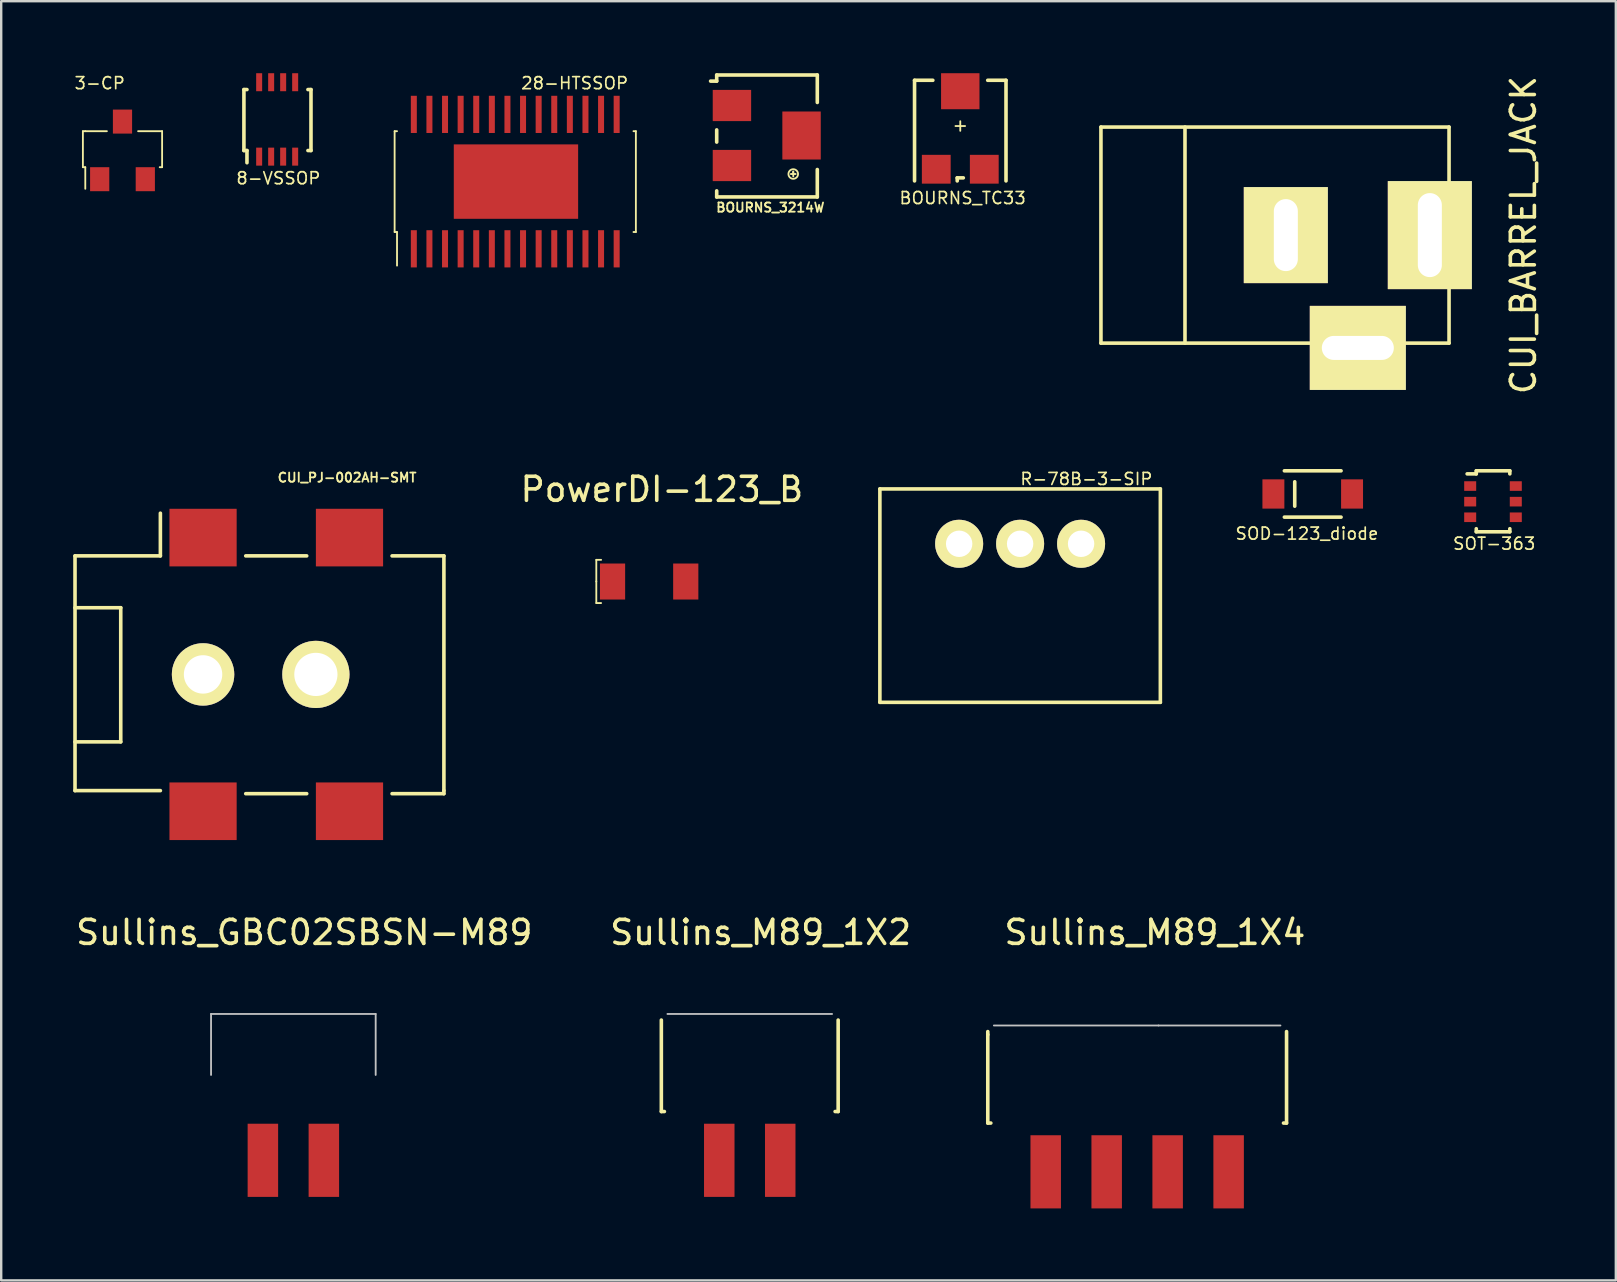
<source format=kicad_pcb>
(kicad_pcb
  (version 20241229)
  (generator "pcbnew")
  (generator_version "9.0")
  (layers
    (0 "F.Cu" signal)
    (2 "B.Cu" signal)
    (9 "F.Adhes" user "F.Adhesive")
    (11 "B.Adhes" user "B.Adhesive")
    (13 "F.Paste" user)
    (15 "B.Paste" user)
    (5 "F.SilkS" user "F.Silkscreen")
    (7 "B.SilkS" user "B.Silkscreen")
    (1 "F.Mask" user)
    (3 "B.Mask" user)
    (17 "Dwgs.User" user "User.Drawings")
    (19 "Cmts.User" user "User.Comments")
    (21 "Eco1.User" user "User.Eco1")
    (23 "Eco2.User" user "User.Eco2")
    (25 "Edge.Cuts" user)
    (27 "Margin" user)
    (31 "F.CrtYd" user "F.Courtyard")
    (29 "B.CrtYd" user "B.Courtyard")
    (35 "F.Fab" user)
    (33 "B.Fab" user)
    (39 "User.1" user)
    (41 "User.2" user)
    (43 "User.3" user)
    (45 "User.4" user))
  (footprint "Sullins_M89_1X4"
    (layer "F.Cu")
    (at 40.512 45.766)
    (property "Reference" "Sullins_M89_1X4" (at 4.549 -9.973 0) (layer "F.SilkS") (effects (font (size 1 1) (thickness 0.15))))
    (attr through_hole)
    (fp_line (start -2.413 -5.715) (end -2.413 -5.842) (stroke (width 0.15) (type solid)) (layer "F.SilkS"))
    (fp_line (start -2.413 -5.715) (end -2.413 -2.032) (stroke (width 0.15) (type solid)) (layer "F.SilkS"))
    (fp_line (start -2.413 -2.032) (end -2.286 -2.032) (stroke (width 0.15) (type solid)) (layer "F.SilkS"))
    (fp_line (start 10.033 -5.842) (end 10.033 -2.032) (stroke (width 0.15) (type solid)) (layer "F.SilkS"))
    (fp_line (start 10.033 -2.032) (end 9.906 -2.032) (stroke (width 0.15) (type solid)) (layer "F.SilkS"))
    (fp_line (start -2.159 -6.096) (end 4.699 -6.096) (stroke (width 0.076) (type solid)) (layer "Dwgs.User"))
    (fp_line (start 4.699 -6.096) (end 9.779 -6.096) (stroke (width 0.076) (type solid)) (layer "Dwgs.User"))
    (pad "1" smd rect (at 0 0) (size 1.27 3.048) (layers "F.Cu" "F.Mask" "F.Paste"))
    (pad "2" smd rect (at 2.54 0) (size 1.27 3.048) (layers "F.Cu" "F.Mask" "F.Paste"))
    (pad "3" smd rect (at 5.08 0) (size 1.27 3.048) (layers "F.Cu" "F.Mask" "F.Paste"))
    (pad "4" smd rect (at 7.62 0) (size 1.27 3.048) (layers "F.Cu" "F.Mask" "F.Paste")))
  (footprint "CUI_BARREL_JACK"
    (layer "F.Cu")
    (at 50.314 6.744)
    (property "Reference" "CUI_BARREL_JACK" (at 10.099 0 90) (layer "F.SilkS") (effects (font (size 1 1) (thickness 0.15))))
    (attr through_hole)
    (fp_line (start -7.501 -4.501) (end -7.501 4.501) (stroke (width 0.15) (type solid)) (layer "F.SilkS"))
    (fp_line (start -7.501 4.501) (end 7 4.501) (stroke (width 0.15) (type solid)) (layer "F.SilkS"))
    (fp_line (start -4 -4.501) (end -4 4.501) (stroke (width 0.15) (type solid)) (layer "F.SilkS"))
    (fp_line (start 7 -4.501) (end -7.501 -4.501) (stroke (width 0.15) (type solid)) (layer "F.SilkS"))
    (fp_line (start 7 4.501) (end 7 -4.501) (stroke (width 0.15) (type solid)) (layer "F.SilkS"))
    (pad "1" thru_hole rect (at 6.2 0) (size 3.5 4.5) (drill oval 1.001 3.5) (layers "*.Cu" "*.Mask" "F.SilkS"))
    (pad "2" thru_hole rect (at 0.201 0) (size 3.5 4) (drill oval 1 3) (layers "*.Cu" "*.Mask" "F.SilkS"))
    (pad "3" thru_hole rect (at 3.2 4.699) (size 4 3.5) (drill oval 3 1) (layers "*.Cu" "*.Mask" "F.SilkS")))
  (footprint "28-HTSSOP"
    (layer "F.Cu")
    (at 14.189 7.315)
    (property "Reference" "28-HTSSOP" (at 6.7 -6.9 0) (layer "F.SilkS") (effects (font (size 0.5 0.5) (thickness 0.07))))
    (attr through_hole)
    (fp_line (start -0.8 -4.9) (end -0.7 -4.9) (stroke (width 0.076) (type solid)) (layer "F.SilkS"))
    (fp_line (start -0.8 -0.7) (end -0.8 -4.9) (stroke (width 0.076) (type solid)) (layer "F.SilkS"))
    (fp_line (start -0.7 -0.7) (end -0.8 -0.7) (stroke (width 0.076) (type solid)) (layer "F.SilkS"))
    (fp_line (start -0.7 0.7) (end -0.7 -0.7) (stroke (width 0.076) (type solid)) (layer "F.SilkS"))
    (fp_line (start 9.15 -0.7) (end 9.25 -0.7) (stroke (width 0.076) (type solid)) (layer "F.SilkS"))
    (fp_line (start 9.25 -4.9) (end 9.15 -4.9) (stroke (width 0.076) (type solid)) (layer "F.SilkS"))
    (fp_line (start 9.25 -0.7) (end 9.25 -4.9) (stroke (width 0.076) (type solid)) (layer "F.SilkS"))
    (pad "1" smd rect (at 0 0) (size 0.25 1.55) (layers "F.Cu" "F.Mask" "F.Paste"))
    (pad "2" smd rect (at 0.65 0) (size 0.25 1.55) (layers "F.Cu" "F.Mask" "F.Paste"))
    (pad "3" smd rect (at 1.3 0) (size 0.25 1.55) (layers "F.Cu" "F.Mask" "F.Paste"))
    (pad "4" smd rect (at 1.95 0) (size 0.25 1.55) (layers "F.Cu" "F.Mask" "F.Paste"))
    (pad "5" smd rect (at 2.6 0) (size 0.25 1.55) (layers "F.Cu" "F.Mask" "F.Paste"))
    (pad "6" smd rect (at 3.25 0) (size 0.25 1.55) (layers "F.Cu" "F.Mask" "F.Paste"))
    (pad "7" smd rect (at 3.9 0) (size 0.25 1.55) (layers "F.Cu" "F.Mask" "F.Paste"))
    (pad "8" smd rect (at 4.55 0) (size 0.25 1.55) (layers "F.Cu" "F.Mask" "F.Paste"))
    (pad "9" smd rect (at 5.2 0) (size 0.25 1.55) (layers "F.Cu" "F.Mask" "F.Paste"))
    (pad "10" smd rect (at 5.85 0) (size 0.25 1.55) (layers "F.Cu" "F.Mask" "F.Paste"))
    (pad "11" smd rect (at 6.5 0) (size 0.25 1.55) (layers "F.Cu" "F.Mask" "F.Paste"))
    (pad "12" smd rect (at 7.15 0) (size 0.25 1.55) (layers "F.Cu" "F.Mask" "F.Paste"))
    (pad "13" smd rect (at 7.8 0) (size 0.25 1.55) (layers "F.Cu" "F.Mask" "F.Paste"))
    (pad "14" smd rect (at 8.45 0) (size 0.25 1.55) (layers "F.Cu" "F.Mask" "F.Paste"))
    (pad "15" smd rect (at 8.45 -5.6) (size 0.25 1.55) (layers "F.Cu" "F.Mask" "F.Paste"))
    (pad "16" smd rect (at 7.8 -5.6) (size 0.25 1.55) (layers "F.Cu" "F.Mask" "F.Paste"))
    (pad "17" smd rect (at 7.15 -5.6) (size 0.25 1.55) (layers "F.Cu" "F.Mask" "F.Paste"))
    (pad "18" smd rect (at 6.5 -5.6) (size 0.25 1.55) (layers "F.Cu" "F.Mask" "F.Paste"))
    (pad "19" smd rect (at 5.85 -5.6) (size 0.25 1.55) (layers "F.Cu" "F.Mask" "F.Paste"))
    (pad "20" smd rect (at 5.2 -5.6) (size 0.25 1.55) (layers "F.Cu" "F.Mask" "F.Paste"))
    (pad "21" smd rect (at 4.55 -5.6) (size 0.25 1.55) (layers "F.Cu" "F.Mask" "F.Paste"))
    (pad "22" smd rect (at 3.9 -5.6) (size 0.25 1.55) (layers "F.Cu" "F.Mask" "F.Paste"))
    (pad "23" smd rect (at 3.25 -5.6) (size 0.25 1.55) (layers "F.Cu" "F.Mask" "F.Paste"))
    (pad "24" smd rect (at 2.6 -5.6) (size 0.25 1.55) (layers "F.Cu" "F.Mask" "F.Paste"))
    (pad "25" smd rect (at 1.95 -5.6) (size 0.25 1.55) (layers "F.Cu" "F.Mask" "F.Paste"))
    (pad "26" smd rect (at 1.3 -5.6) (size 0.25 1.55) (layers "F.Cu" "F.Mask" "F.Paste"))
    (pad "27" smd rect (at 0.65 -5.6) (size 0.25 1.55) (layers "F.Cu" "F.Mask" "F.Paste"))
    (pad "28" smd rect (at 0 -5.6) (size 0.25 1.55) (layers "F.Cu" "F.Mask" "F.Paste"))
    (pad "29" smd rect (at 4.255 -2.8) (size 5.18 3.1) (layers "F.Cu" "F.Mask" "F.Paste")))
  (footprint "BOURNS_3214W"
    (layer "F.Cu")
    (at 27.441 1.345)
    (property "Reference" "BOURNS_3214W" (at 1.6 4.25 0) (layer "F.SilkS") (effects (font (size 0.381 0.381) (thickness 0.076))))
    (attr through_hole)
    (fp_line (start -0.635 -1.27) (end -0.635 -1.016) (stroke (width 0.15) (type solid)) (layer "F.SilkS"))
    (fp_line (start -0.635 -1.016) (end -0.889 -1.016) (stroke (width 0.15) (type solid)) (layer "F.SilkS"))
    (fp_line (start -0.635 1.524) (end -0.635 1.016) (stroke (width 0.15) (type solid)) (layer "F.SilkS"))
    (fp_line (start -0.635 3.81) (end -0.635 3.556) (stroke (width 0.15) (type solid)) (layer "F.SilkS"))
    (fp_line (start -0.635 3.81) (end 3.556 3.81) (stroke (width 0.15) (type solid)) (layer "F.SilkS"))
    (fp_line (start 2.454 2.854) (end 2.654 2.854) (stroke (width 0.076) (type solid)) (layer "F.SilkS"))
    (fp_line (start 2.554 2.754) (end 2.554 2.954) (stroke (width 0.076) (type solid)) (layer "F.SilkS"))
    (fp_line (start 2.554 2.854) (end 2.554 2.754) (stroke (width 0.076) (type solid)) (layer "F.SilkS"))
    (fp_line (start 3.556 -1.27) (end -0.635 -1.27) (stroke (width 0.15) (type solid)) (layer "F.SilkS"))
    (fp_line (start 3.556 -1.27) (end 3.556 -0.127) (stroke (width 0.15) (type solid)) (layer "F.SilkS"))
    (fp_line (start 3.556 3.81) (end 3.556 2.667) (stroke (width 0.15) (type solid)) (layer "F.SilkS"))
    (fp_circle (center 2.554 2.854) (end 2.354 2.854) (stroke (width 0.076) (type solid)) (fill no) (layer "F.SilkS"))
    (pad "1" smd rect (at 0 0 180) (size 1.6 1.3) (layers "F.Cu" "F.Mask" "F.Paste"))
    (pad "2" smd rect (at 2.9 1.25 180) (size 1.6 2) (layers "F.Cu" "F.Mask" "F.Paste"))
    (pad "3" smd rect (at 0 2.5 180) (size 1.6 1.3) (layers "F.Cu" "F.Mask" "F.Paste")))
  (footprint "CUI_PJ-002AH-SMT"
    (layer "F.Cu")
    (at 5.409 19.345)
    (property "Reference" "CUI_PJ-002AH-SMT" (at 6 -2.5 0) (layer "F.SilkS") (effects (font (size 0.381 0.381) (thickness 0.076))))
    (attr through_hole)
    (fp_line (start -5.334 0.762) (end -1.778 0.762) (stroke (width 0.15) (type solid)) (layer "F.SilkS"))
    (fp_line (start -5.334 10.541) (end -5.334 0.762) (stroke (width 0.15) (type solid)) (layer "F.SilkS"))
    (fp_line (start -3.429 2.921) (end -5.334 2.921) (stroke (width 0.15) (type solid)) (layer "F.SilkS"))
    (fp_line (start -3.429 2.921) (end -3.429 8.509) (stroke (width 0.15) (type solid)) (layer "F.SilkS"))
    (fp_line (start -3.429 8.509) (end -5.334 8.509) (stroke (width 0.15) (type solid)) (layer "F.SilkS"))
    (fp_line (start -1.778 0.762) (end -1.778 -1.016) (stroke (width 0.15) (type solid)) (layer "F.SilkS"))
    (fp_line (start -1.778 10.541) (end -5.334 10.541) (stroke (width 0.15) (type solid)) (layer "F.SilkS"))
    (fp_line (start 4.318 0.762) (end 1.778 0.762) (stroke (width 0.15) (type solid)) (layer "F.SilkS"))
    (fp_line (start 4.318 10.668) (end 1.778 10.668) (stroke (width 0.15) (type solid)) (layer "F.SilkS"))
    (fp_line (start 10.033 0.762) (end 7.874 0.762) (stroke (width 0.15) (type solid)) (layer "F.SilkS"))
    (fp_line (start 10.033 0.762) (end 10.033 10.541) (stroke (width 0.15) (type solid)) (layer "F.SilkS"))
    (fp_line (start 10.033 10.541) (end 10.033 10.668) (stroke (width 0.15) (type solid)) (layer "F.SilkS"))
    (fp_line (start 10.033 10.668) (end 7.874 10.668) (stroke (width 0.15) (type solid)) (layer "F.SilkS"))
    (pad "1" smd rect (at 0 0) (size 2.8 2.4) (layers "F.Cu" "F.Mask" "F.Paste"))
    (pad "1" smd rect (at 6.1 0) (size 2.8 2.4) (layers "F.Cu" "F.Mask" "F.Paste"))
    (pad "2" thru_hole circle (at 0 5.7) (size 2.6 2.6) (drill 1.6) (layers "*.Cu" "*.Mask" "F.SilkS"))
    (pad "2" smd rect (at 0 11.4) (size 2.8 2.4) (layers "F.Cu" "F.Mask" "F.Paste"))
    (pad "2" thru_hole circle (at 4.7 5.7) (size 2.8 2.8) (drill 1.8) (layers "*.Cu" "*.Mask" "F.SilkS"))
    (pad "3" smd rect (at 6.1 11.4) (size 2.8 2.4) (layers "F.Cu" "F.Mask" "F.Paste")))
  (footprint "8-VSSOP"
    (layer "F.Cu")
    (at 7.746 3.475)
    (property "Reference" "8-VSSOP" (at 0.8 0.9 0) (layer "F.SilkS") (effects (font (size 0.5 0.5) (thickness 0.07))))
    (attr through_hole)
    (fp_line (start -0.635 -2.794) (end -0.635 -0.254) (stroke (width 0.15) (type solid)) (layer "F.SilkS"))
    (fp_line (start -0.635 -0.254) (end -0.508 -0.254) (stroke (width 0.15) (type solid)) (layer "F.SilkS"))
    (fp_line (start -0.508 -2.794) (end -0.635 -2.794) (stroke (width 0.15) (type solid)) (layer "F.SilkS"))
    (fp_line (start -0.508 -0.254) (end -0.508 0.254) (stroke (width 0.15) (type solid)) (layer "F.SilkS"))
    (fp_line (start 2.032 -2.794) (end 2.159 -2.794) (stroke (width 0.15) (type solid)) (layer "F.SilkS"))
    (fp_line (start 2.159 -2.794) (end 2.159 -0.254) (stroke (width 0.15) (type solid)) (layer "F.SilkS"))
    (fp_line (start 2.159 -0.254) (end 2.032 -0.254) (stroke (width 0.15) (type solid)) (layer "F.SilkS"))
    (pad "1" smd rect (at 0 0) (size 0.25 0.75) (layers "F.Cu" "F.Mask" "F.Paste"))
    (pad "2" smd rect (at 0.5 0) (size 0.25 0.75) (layers "F.Cu" "F.Mask" "F.Paste"))
    (pad "3" smd rect (at 1 0) (size 0.25 0.75) (layers "F.Cu" "F.Mask" "F.Paste"))
    (pad "4" smd rect (at 1.5 0) (size 0.25 0.75) (layers "F.Cu" "F.Mask" "F.Paste"))
    (pad "5" smd rect (at 1.5 -3.1) (size 0.25 0.75) (layers "F.Cu" "F.Mask" "F.Paste"))
    (pad "6" smd rect (at 1 -3.1) (size 0.25 0.75) (layers "F.Cu" "F.Mask" "F.Paste"))
    (pad "7" smd rect (at 0.5 -3.1) (size 0.25 0.75) (layers "F.Cu" "F.Mask" "F.Paste"))
    (pad "8" smd rect (at 0 -3.1) (size 0.25 0.75) (layers "F.Cu" "F.Mask" "F.Paste")))
  (footprint "SOD-123_diode"
    (layer "F.Cu")
    (at 49.997 17.528)
    (property "Reference" "SOD-123_diode" (at 1.397 1.651 0) (layer "F.SilkS") (effects (font (size 0.5 0.5) (thickness 0.07))))
    (attr through_hole)
    (fp_line (start 0.457 -0.965) (end 2.819 -0.965) (stroke (width 0.15) (type solid)) (layer "F.SilkS"))
    (fp_line (start 0.457 0.965) (end 2.819 0.965) (stroke (width 0.15) (type solid)) (layer "F.SilkS"))
    (fp_line (start 0.889 -0.508) (end 0.889 0.508) (stroke (width 0.15) (type solid)) (layer "F.SilkS"))
    (pad "1" smd rect (at 0 0) (size 0.914 1.219) (layers "F.Cu" "F.Mask" "F.Paste"))
    (pad "2" smd rect (at 3.277 0) (size 0.914 1.219) (layers "F.Cu" "F.Mask" "F.Paste")))
  (footprint "R-78B-3-SIP"
    (layer "F.Cu")
    (at 36.906 19.603)
    (property "Reference" "R-78B-3-SIP" (at 5.3 -2.7 0) (layer "F.SilkS") (effects (font (size 0.5 0.5) (thickness 0.07))))
    (attr through_hole)
    (fp_line (start -3.302 -2.286) (end -3.302 6.604) (stroke (width 0.15) (type solid)) (layer "F.SilkS"))
    (fp_line (start -3.302 -2.286) (end 8.382 -2.286) (stroke (width 0.15) (type solid)) (layer "F.SilkS"))
    (fp_line (start -3.302 6.604) (end 8.382 6.604) (stroke (width 0.15) (type solid)) (layer "F.SilkS"))
    (fp_line (start 8.382 -2.286) (end 8.382 6.604) (stroke (width 0.15) (type solid)) (layer "F.SilkS"))
    (pad "1" thru_hole circle (at 0 0) (size 2 2) (drill 1.1) (layers "*.Cu" "*.Mask" "F.SilkS"))
    (pad "2" thru_hole circle (at 2.54 0) (size 2 2) (drill 1.1) (layers "*.Cu" "*.Mask" "F.SilkS"))
    (pad "3" thru_hole circle (at 5.08 0) (size 2 2) (drill 1.1) (layers "*.Cu" "*.Mask" "F.SilkS")))
  (footprint "SOT−363"
    (layer "F.Cu")
    (at 58.195 17.198)
    (property "Reference" "SOT−363" (at 1 2.4 0) (layer "F.SilkS") (effects (font (size 0.5 0.5) (thickness 0.07))))
    (attr through_hole)
    (fp_line (start 0.254 -0.635) (end 0.254 -0.508) (stroke (width 0.15) (type solid)) (layer "F.SilkS"))
    (fp_line (start 0.254 -0.508) (end -0.127 -0.508) (stroke (width 0.15) (type solid)) (layer "F.SilkS"))
    (fp_line (start 0.254 1.905) (end 0.254 1.778) (stroke (width 0.15) (type solid)) (layer "F.SilkS"))
    (fp_line (start 1.651 -0.635) (end 0.254 -0.635) (stroke (width 0.15) (type solid)) (layer "F.SilkS"))
    (fp_line (start 1.651 -0.508) (end 1.651 -0.635) (stroke (width 0.15) (type solid)) (layer "F.SilkS"))
    (fp_line (start 1.651 1.778) (end 1.651 1.905) (stroke (width 0.15) (type solid)) (layer "F.SilkS"))
    (fp_line (start 1.651 1.905) (end 0.254 1.905) (stroke (width 0.15) (type solid)) (layer "F.SilkS"))
    (pad "1" smd rect (at 0 0) (size 0.5 0.4) (layers "F.Cu" "F.Mask" "F.Paste"))
    (pad "2" smd rect (at 0 0.65) (size 0.5 0.4) (layers "F.Cu" "F.Mask" "F.Paste"))
    (pad "3" smd rect (at 0 1.3) (size 0.5 0.4) (layers "F.Cu" "F.Mask" "F.Paste"))
    (pad "4" smd rect (at 1.9 1.3) (size 0.5 0.4) (layers "F.Cu" "F.Mask" "F.Paste"))
    (pad "5" smd rect (at 1.9 0.65) (size 0.5 0.4) (layers "F.Cu" "F.Mask" "F.Paste"))
    (pad "6" smd rect (at 1.9 0) (size 0.5 0.4) (layers "F.Cu" "F.Mask" "F.Paste")))
  (footprint "3-CP"
    (layer "F.Cu")
    (at 1.103 4.415)
    (property "Reference" "3-CP" (at 0 -4 0) (layer "F.SilkS") (effects (font (size 0.5 0.5) (thickness 0.07))))
    (attr through_hole)
    (fp_line (start -0.7 -2) (end -0.6 -2) (stroke (width 0.076) (type solid)) (layer "F.SilkS"))
    (fp_line (start -0.7 -0.5) (end -0.7 -2) (stroke (width 0.076) (type solid)) (layer "F.SilkS"))
    (fp_line (start -0.6 -2) (end 0.3 -2) (stroke (width 0.076) (type solid)) (layer "F.SilkS"))
    (fp_line (start -0.6 -0.5) (end -0.7 -0.5) (stroke (width 0.076) (type solid)) (layer "F.SilkS"))
    (fp_line (start -0.6 0.4) (end -0.6 -0.5) (stroke (width 0.076) (type solid)) (layer "F.SilkS"))
    (fp_line (start 2.5 -0.5) (end 2.6 -0.5) (stroke (width 0.076) (type solid)) (layer "F.SilkS"))
    (fp_line (start 2.6 -2) (end 1.6 -2) (stroke (width 0.076) (type solid)) (layer "F.SilkS"))
    (fp_line (start 2.6 -0.5) (end 2.6 -2) (stroke (width 0.076) (type solid)) (layer "F.SilkS"))
    (pad "1" smd rect (at 0 0) (size 0.8 1) (layers "F.Cu" "F.Mask" "F.Paste"))
    (pad "2" smd rect (at 1.9 0) (size 0.8 1) (layers "F.Cu" "F.Mask" "F.Paste"))
    (pad "3" smd rect (at 0.95 -2.4) (size 0.8 1) (layers "F.Cu" "F.Mask" "F.Paste")))
  (footprint "BOURNS_TC33"
    (layer "F.Cu")
    (at 36.953 2.2)
    (property "Reference" "BOURNS_TC33" (at 0.1 3 0) (layer "F.SilkS") (effects (font (size 0.5 0.5) (thickness 0.07))))
    (attr through_hole)
    (fp_line (start -1.905 -1.905) (end -1.143 -1.905) (stroke (width 0.15) (type solid)) (layer "F.SilkS"))
    (fp_line (start -1.905 2.286) (end -1.905 -1.905) (stroke (width 0.15) (type solid)) (layer "F.SilkS"))
    (fp_line (start -0.2 0) (end 0.2 0) (stroke (width 0.076) (type solid)) (layer "F.SilkS"))
    (fp_line (start -0.127 2.159) (end -0.127 2.286) (stroke (width 0.15) (type solid)) (layer "F.SilkS"))
    (fp_line (start -0.127 2.159) (end 0.127 2.159) (stroke (width 0.15) (type solid)) (layer "F.SilkS"))
    (fp_line (start 0 -0.2) (end 0 0.2) (stroke (width 0.076) (type solid)) (layer "F.SilkS"))
    (fp_line (start 1.905 -1.905) (end 1.143 -1.905) (stroke (width 0.15) (type solid)) (layer "F.SilkS"))
    (fp_line (start 1.905 -1.905) (end 1.905 2.286) (stroke (width 0.15) (type solid)) (layer "F.SilkS"))
    (pad "1" smd rect (at -1 1.8) (size 1.2 1.2) (layers "F.Cu" "F.Mask" "F.Paste"))
    (pad "2" smd rect (at 0 -1.45) (size 1.6 1.5) (layers "F.Cu" "F.Mask" "F.Paste"))
    (pad "3" smd rect (at 1 1.8) (size 1.2 1.2) (layers "F.Cu" "F.Mask" "F.Paste")))
  (footprint "Sullins_M89_1X2"
    (layer "F.Cu")
    (at 26.913 45.286)
    (property "Reference" "Sullins_M89_1X2" (at 1.724 -9.493 0) (layer "F.SilkS") (effects (font (size 1 1) (thickness 0.15))))
    (attr through_hole)
    (fp_line (start -2.413 -5.842) (end -2.413 -2.032) (stroke (width 0.15) (type solid)) (layer "F.SilkS"))
    (fp_line (start -2.413 -2.032) (end -2.286 -2.032) (stroke (width 0.15) (type solid)) (layer "F.SilkS"))
    (fp_line (start 4.953 -5.842) (end 4.953 -2.032) (stroke (width 0.15) (type solid)) (layer "F.SilkS"))
    (fp_line (start 4.953 -2.032) (end 4.826 -2.032) (stroke (width 0.15) (type solid)) (layer "F.SilkS"))
    (fp_line (start -2.159 -6.096) (end 4.699 -6.096) (stroke (width 0.076) (type solid)) (layer "Dwgs.User"))
    (pad "1" smd rect (at 0 0) (size 1.27 3.048) (layers "F.Cu" "F.Mask" "F.Paste"))
    (pad "2" smd rect (at 2.54 0) (size 1.27 3.048) (layers "F.Cu" "F.Mask" "F.Paste")))
  (footprint "PowerDI-123_B"
    (layer "F.Cu")
    (at 23.991 21.172)
    (property "Reference" "PowerDI-123_B" (at 0.532 -3.836 0) (layer "F.SilkS") (effects (font (size 1 1) (thickness 0.15))))
    (attr through_hole)
    (fp_line (start -2.2 -0.9) (end -2 -0.9) (stroke (width 0.076) (type solid)) (layer "F.SilkS"))
    (fp_line (start -2.2 0) (end -2.2 -0.9) (stroke (width 0.076) (type solid)) (layer "F.SilkS"))
    (fp_line (start -2.2 0) (end -2.2 0.9) (stroke (width 0.076) (type solid)) (layer "F.SilkS"))
    (fp_line (start -2.2 0.9) (end -2 0.9) (stroke (width 0.076) (type solid)) (layer "F.SilkS"))
    (pad "1" smd rect (at -1.524 0.003) (size 1.05 1.5) (layers "F.Cu" "F.Mask" "F.Paste"))
    (pad "2" smd rect (at 1.526 0.003) (size 1.05 1.5) (layers "F.Cu" "F.Mask" "F.Paste")))
  (footprint "Sullins_GBC02SBSN-M89"
    (layer "F.Cu")
    (at 7.901 37.666)
    (property "Reference" "Sullins_GBC02SBSN-M89" (at 1.724 -1.873 0) (layer "F.SilkS") (effects (font (size 1 1) (thickness 0.15))))
    (attr through_hole)
    (fp_line (start -2.159 1.524) (end -2.159 4.064) (stroke (width 0.076) (type solid)) (layer "Dwgs.User"))
    (fp_line (start -2.159 1.524) (end 4.699 1.524) (stroke (width 0.076) (type solid)) (layer "Dwgs.User"))
    (fp_line (start 4.699 1.524) (end 4.699 4.064) (stroke (width 0.076) (type solid)) (layer "Dwgs.User"))
    (pad "1" smd rect (at 0 7.62) (size 1.27 3.048) (layers "F.Cu" "F.Mask" "F.Paste"))
    (pad "2" smd rect (at 2.54 7.62) (size 1.27 3.048) (layers "F.Cu" "F.Mask" "F.Paste")))
  (gr_rect
    (start -3 -3)
    (end 64.262 50.29)
    (stroke (width 0.1) (type default))
    (fill no)
    (layer "Edge.Cuts")))
</source>
